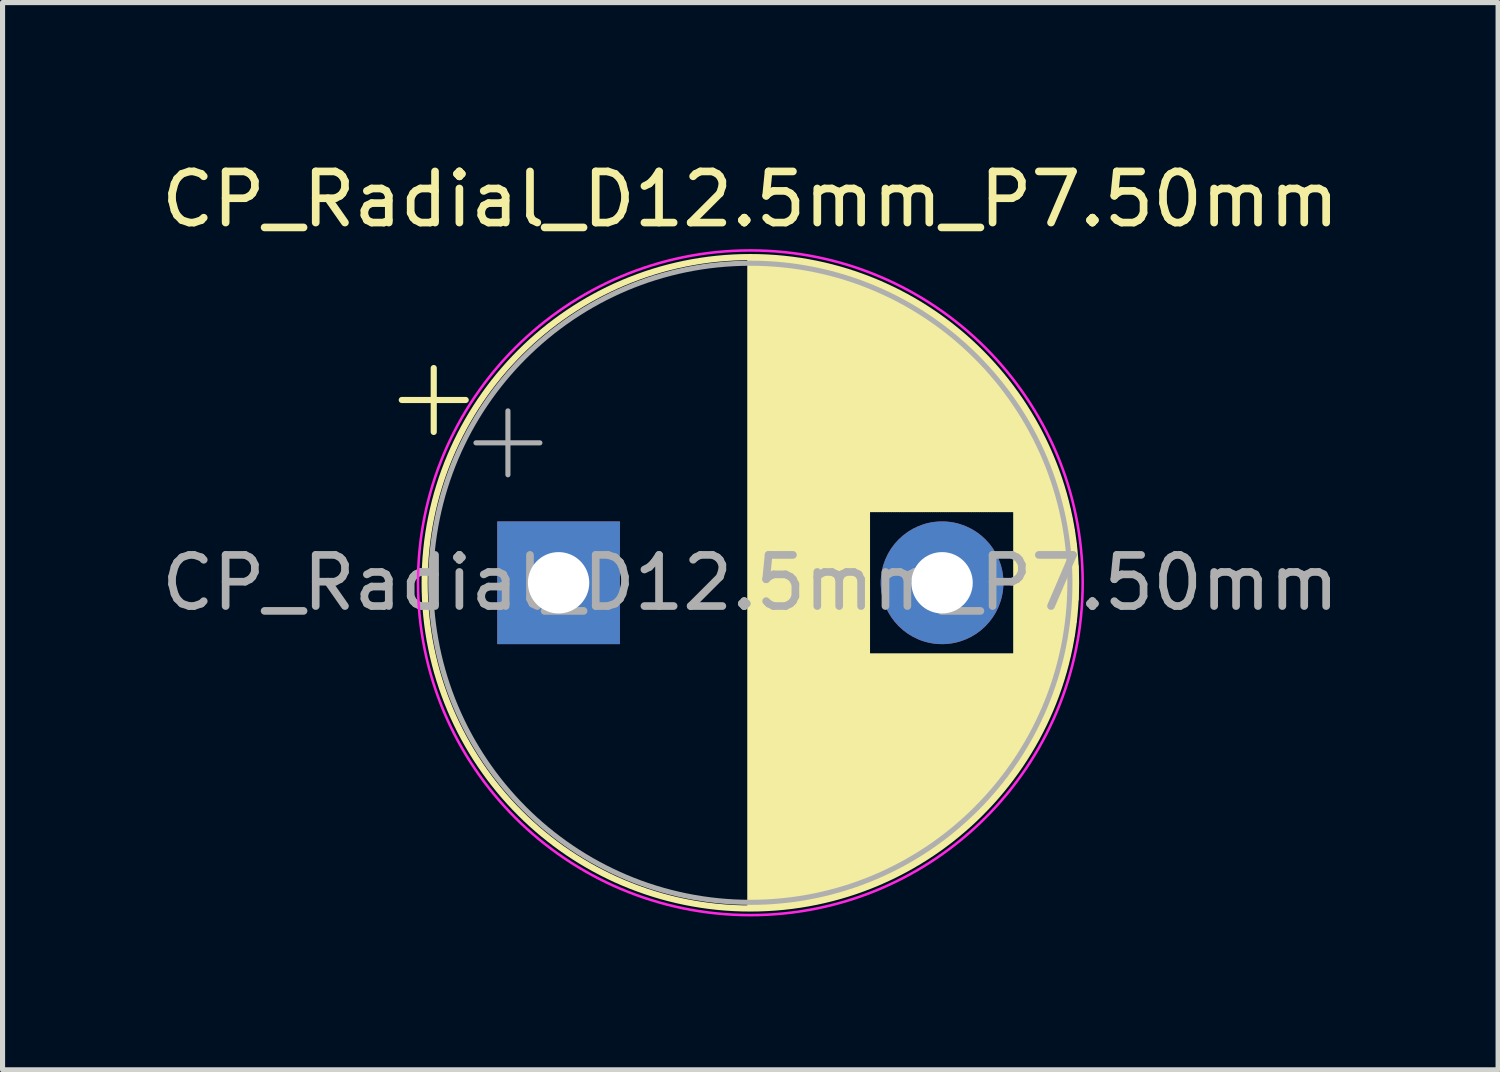
<source format=kicad_pcb>
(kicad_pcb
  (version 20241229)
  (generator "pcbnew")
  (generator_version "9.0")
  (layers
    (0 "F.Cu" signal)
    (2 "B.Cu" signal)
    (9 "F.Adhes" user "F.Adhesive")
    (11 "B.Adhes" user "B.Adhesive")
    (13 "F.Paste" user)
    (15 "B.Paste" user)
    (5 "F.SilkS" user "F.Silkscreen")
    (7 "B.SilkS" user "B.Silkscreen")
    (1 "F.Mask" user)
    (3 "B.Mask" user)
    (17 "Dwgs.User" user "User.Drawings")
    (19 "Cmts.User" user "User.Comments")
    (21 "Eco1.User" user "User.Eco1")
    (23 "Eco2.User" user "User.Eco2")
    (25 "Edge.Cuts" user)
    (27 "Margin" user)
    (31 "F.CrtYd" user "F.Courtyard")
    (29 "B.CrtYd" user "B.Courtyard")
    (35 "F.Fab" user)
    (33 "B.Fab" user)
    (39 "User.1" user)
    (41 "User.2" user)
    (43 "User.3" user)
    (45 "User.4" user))
  (footprint "CP_Radial_D12.5mm_P7.50mm"
    (layer "F.Cu")
    (at 7.875 8.348)
    (property "Reference" "CP_Radial_D12.5mm_P7.50mm" (at 3.75 -7.5 0) (layer "F.SilkS") (effects (font (size 1 1) (thickness 0.15))))
    (attr through_hole)
    (fp_line (start -3.067 -3.575) (end -1.817 -3.575) (stroke (width 0.12) (type solid)) (layer "F.SilkS"))
    (fp_line (start -2.442 -4.2) (end -2.442 -2.95) (stroke (width 0.12) (type solid)) (layer "F.SilkS"))
    (fp_line (start 3.75 -6.33) (end 3.75 6.33) (stroke (width 0.12) (type solid)) (layer "F.SilkS"))
    (fp_line (start 3.79 -6.33) (end 3.79 6.33) (stroke (width 0.12) (type solid)) (layer "F.SilkS"))
    (fp_line (start 3.83 -6.33) (end 3.83 6.33) (stroke (width 0.12) (type solid)) (layer "F.SilkS"))
    (fp_line (start 3.87 -6.329) (end 3.87 6.329) (stroke (width 0.12) (type solid)) (layer "F.SilkS"))
    (fp_line (start 3.91 -6.328) (end 3.91 6.328) (stroke (width 0.12) (type solid)) (layer "F.SilkS"))
    (fp_line (start 3.95 -6.327) (end 3.95 6.327) (stroke (width 0.12) (type solid)) (layer "F.SilkS"))
    (fp_line (start 3.99 -6.326) (end 3.99 6.326) (stroke (width 0.12) (type solid)) (layer "F.SilkS"))
    (fp_line (start 4.03 -6.324) (end 4.03 6.324) (stroke (width 0.12) (type solid)) (layer "F.SilkS"))
    (fp_line (start 4.07 -6.322) (end 4.07 6.322) (stroke (width 0.12) (type solid)) (layer "F.SilkS"))
    (fp_line (start 4.11 -6.32) (end 4.11 6.32) (stroke (width 0.12) (type solid)) (layer "F.SilkS"))
    (fp_line (start 4.15 -6.318) (end 4.15 6.318) (stroke (width 0.12) (type solid)) (layer "F.SilkS"))
    (fp_line (start 4.19 -6.315) (end 4.19 6.315) (stroke (width 0.12) (type solid)) (layer "F.SilkS"))
    (fp_line (start 4.23 -6.312) (end 4.23 6.312) (stroke (width 0.12) (type solid)) (layer "F.SilkS"))
    (fp_line (start 4.27 -6.309) (end 4.27 6.309) (stroke (width 0.12) (type solid)) (layer "F.SilkS"))
    (fp_line (start 4.31 -6.306) (end 4.31 6.306) (stroke (width 0.12) (type solid)) (layer "F.SilkS"))
    (fp_line (start 4.35 -6.302) (end 4.35 6.302) (stroke (width 0.12) (type solid)) (layer "F.SilkS"))
    (fp_line (start 4.39 -6.298) (end 4.39 6.298) (stroke (width 0.12) (type solid)) (layer "F.SilkS"))
    (fp_line (start 4.43 -6.294) (end 4.43 6.294) (stroke (width 0.12) (type solid)) (layer "F.SilkS"))
    (fp_line (start 4.471 -6.29) (end 4.471 6.29) (stroke (width 0.12) (type solid)) (layer "F.SilkS"))
    (fp_line (start 4.511 -6.285) (end 4.511 6.285) (stroke (width 0.12) (type solid)) (layer "F.SilkS"))
    (fp_line (start 4.551 -6.28) (end 4.551 6.28) (stroke (width 0.12) (type solid)) (layer "F.SilkS"))
    (fp_line (start 4.591 -6.275) (end 4.591 6.275) (stroke (width 0.12) (type solid)) (layer "F.SilkS"))
    (fp_line (start 4.631 -6.269) (end 4.631 6.269) (stroke (width 0.12) (type solid)) (layer "F.SilkS"))
    (fp_line (start 4.671 -6.264) (end 4.671 6.264) (stroke (width 0.12) (type solid)) (layer "F.SilkS"))
    (fp_line (start 4.711 -6.258) (end 4.711 6.258) (stroke (width 0.12) (type solid)) (layer "F.SilkS"))
    (fp_line (start 4.751 -6.252) (end 4.751 6.252) (stroke (width 0.12) (type solid)) (layer "F.SilkS"))
    (fp_line (start 4.791 -6.245) (end 4.791 6.245) (stroke (width 0.12) (type solid)) (layer "F.SilkS"))
    (fp_line (start 4.831 -6.238) (end 4.831 6.238) (stroke (width 0.12) (type solid)) (layer "F.SilkS"))
    (fp_line (start 4.871 -6.231) (end 4.871 6.231) (stroke (width 0.12) (type solid)) (layer "F.SilkS"))
    (fp_line (start 4.911 -6.224) (end 4.911 6.224) (stroke (width 0.12) (type solid)) (layer "F.SilkS"))
    (fp_line (start 4.951 -6.216) (end 4.951 6.216) (stroke (width 0.12) (type solid)) (layer "F.SilkS"))
    (fp_line (start 4.991 -6.209) (end 4.991 6.209) (stroke (width 0.12) (type solid)) (layer "F.SilkS"))
    (fp_line (start 5.031 -6.201) (end 5.031 6.201) (stroke (width 0.12) (type solid)) (layer "F.SilkS"))
    (fp_line (start 5.071 -6.192) (end 5.071 6.192) (stroke (width 0.12) (type solid)) (layer "F.SilkS"))
    (fp_line (start 5.111 -6.184) (end 5.111 6.184) (stroke (width 0.12) (type solid)) (layer "F.SilkS"))
    (fp_line (start 5.151 -6.175) (end 5.151 6.175) (stroke (width 0.12) (type solid)) (layer "F.SilkS"))
    (fp_line (start 5.191 -6.166) (end 5.191 6.166) (stroke (width 0.12) (type solid)) (layer "F.SilkS"))
    (fp_line (start 5.231 -6.156) (end 5.231 6.156) (stroke (width 0.12) (type solid)) (layer "F.SilkS"))
    (fp_line (start 5.271 -6.146) (end 5.271 6.146) (stroke (width 0.12) (type solid)) (layer "F.SilkS"))
    (fp_line (start 5.311 -6.137) (end 5.311 6.137) (stroke (width 0.12) (type solid)) (layer "F.SilkS"))
    (fp_line (start 5.351 -6.126) (end 5.351 6.126) (stroke (width 0.12) (type solid)) (layer "F.SilkS"))
    (fp_line (start 5.391 -6.116) (end 5.391 6.116) (stroke (width 0.12) (type solid)) (layer "F.SilkS"))
    (fp_line (start 5.431 -6.105) (end 5.431 6.105) (stroke (width 0.12) (type solid)) (layer "F.SilkS"))
    (fp_line (start 5.471 -6.094) (end 5.471 6.094) (stroke (width 0.12) (type solid)) (layer "F.SilkS"))
    (fp_line (start 5.511 -6.083) (end 5.511 6.083) (stroke (width 0.12) (type solid)) (layer "F.SilkS"))
    (fp_line (start 5.551 -6.071) (end 5.551 6.071) (stroke (width 0.12) (type solid)) (layer "F.SilkS"))
    (fp_line (start 5.591 -6.059) (end 5.591 6.059) (stroke (width 0.12) (type solid)) (layer "F.SilkS"))
    (fp_line (start 5.631 -6.047) (end 5.631 6.047) (stroke (width 0.12) (type solid)) (layer "F.SilkS"))
    (fp_line (start 5.671 -6.034) (end 5.671 6.034) (stroke (width 0.12) (type solid)) (layer "F.SilkS"))
    (fp_line (start 5.711 -6.021) (end 5.711 6.021) (stroke (width 0.12) (type solid)) (layer "F.SilkS"))
    (fp_line (start 5.751 -6.008) (end 5.751 6.008) (stroke (width 0.12) (type solid)) (layer "F.SilkS"))
    (fp_line (start 5.791 -5.995) (end 5.791 5.995) (stroke (width 0.12) (type solid)) (layer "F.SilkS"))
    (fp_line (start 5.831 -5.981) (end 5.831 5.981) (stroke (width 0.12) (type solid)) (layer "F.SilkS"))
    (fp_line (start 5.871 -5.967) (end 5.871 5.967) (stroke (width 0.12) (type solid)) (layer "F.SilkS"))
    (fp_line (start 5.911 -5.953) (end 5.911 5.953) (stroke (width 0.12) (type solid)) (layer "F.SilkS"))
    (fp_line (start 5.951 -5.939) (end 5.951 5.939) (stroke (width 0.12) (type solid)) (layer "F.SilkS"))
    (fp_line (start 5.991 -5.924) (end 5.991 5.924) (stroke (width 0.12) (type solid)) (layer "F.SilkS"))
    (fp_line (start 6.031 -5.908) (end 6.031 5.908) (stroke (width 0.12) (type solid)) (layer "F.SilkS"))
    (fp_line (start 6.071 -5.893) (end 6.071 -1.44) (stroke (width 0.12) (type solid)) (layer "F.SilkS"))
    (fp_line (start 6.071 1.44) (end 6.071 5.893) (stroke (width 0.12) (type solid)) (layer "F.SilkS"))
    (fp_line (start 6.111 -5.877) (end 6.111 -1.44) (stroke (width 0.12) (type solid)) (layer "F.SilkS"))
    (fp_line (start 6.111 1.44) (end 6.111 5.877) (stroke (width 0.12) (type solid)) (layer "F.SilkS"))
    (fp_line (start 6.151 -5.861) (end 6.151 -1.44) (stroke (width 0.12) (type solid)) (layer "F.SilkS"))
    (fp_line (start 6.151 1.44) (end 6.151 5.861) (stroke (width 0.12) (type solid)) (layer "F.SilkS"))
    (fp_line (start 6.191 -5.845) (end 6.191 -1.44) (stroke (width 0.12) (type solid)) (layer "F.SilkS"))
    (fp_line (start 6.191 1.44) (end 6.191 5.845) (stroke (width 0.12) (type solid)) (layer "F.SilkS"))
    (fp_line (start 6.231 -5.828) (end 6.231 -1.44) (stroke (width 0.12) (type solid)) (layer "F.SilkS"))
    (fp_line (start 6.231 1.44) (end 6.231 5.828) (stroke (width 0.12) (type solid)) (layer "F.SilkS"))
    (fp_line (start 6.271 -5.811) (end 6.271 -1.44) (stroke (width 0.12) (type solid)) (layer "F.SilkS"))
    (fp_line (start 6.271 1.44) (end 6.271 5.811) (stroke (width 0.12) (type solid)) (layer "F.SilkS"))
    (fp_line (start 6.311 -5.793) (end 6.311 -1.44) (stroke (width 0.12) (type solid)) (layer "F.SilkS"))
    (fp_line (start 6.311 1.44) (end 6.311 5.793) (stroke (width 0.12) (type solid)) (layer "F.SilkS"))
    (fp_line (start 6.351 -5.776) (end 6.351 -1.44) (stroke (width 0.12) (type solid)) (layer "F.SilkS"))
    (fp_line (start 6.351 1.44) (end 6.351 5.776) (stroke (width 0.12) (type solid)) (layer "F.SilkS"))
    (fp_line (start 6.391 -5.758) (end 6.391 -1.44) (stroke (width 0.12) (type solid)) (layer "F.SilkS"))
    (fp_line (start 6.391 1.44) (end 6.391 5.758) (stroke (width 0.12) (type solid)) (layer "F.SilkS"))
    (fp_line (start 6.431 -5.739) (end 6.431 -1.44) (stroke (width 0.12) (type solid)) (layer "F.SilkS"))
    (fp_line (start 6.431 1.44) (end 6.431 5.739) (stroke (width 0.12) (type solid)) (layer "F.SilkS"))
    (fp_line (start 6.471 -5.721) (end 6.471 -1.44) (stroke (width 0.12) (type solid)) (layer "F.SilkS"))
    (fp_line (start 6.471 1.44) (end 6.471 5.721) (stroke (width 0.12) (type solid)) (layer "F.SilkS"))
    (fp_line (start 6.511 -5.702) (end 6.511 -1.44) (stroke (width 0.12) (type solid)) (layer "F.SilkS"))
    (fp_line (start 6.511 1.44) (end 6.511 5.702) (stroke (width 0.12) (type solid)) (layer "F.SilkS"))
    (fp_line (start 6.551 -5.682) (end 6.551 -1.44) (stroke (width 0.12) (type solid)) (layer "F.SilkS"))
    (fp_line (start 6.551 1.44) (end 6.551 5.682) (stroke (width 0.12) (type solid)) (layer "F.SilkS"))
    (fp_line (start 6.591 -5.662) (end 6.591 -1.44) (stroke (width 0.12) (type solid)) (layer "F.SilkS"))
    (fp_line (start 6.591 1.44) (end 6.591 5.662) (stroke (width 0.12) (type solid)) (layer "F.SilkS"))
    (fp_line (start 6.631 -5.642) (end 6.631 -1.44) (stroke (width 0.12) (type solid)) (layer "F.SilkS"))
    (fp_line (start 6.631 1.44) (end 6.631 5.642) (stroke (width 0.12) (type solid)) (layer "F.SilkS"))
    (fp_line (start 6.671 -5.622) (end 6.671 -1.44) (stroke (width 0.12) (type solid)) (layer "F.SilkS"))
    (fp_line (start 6.671 1.44) (end 6.671 5.622) (stroke (width 0.12) (type solid)) (layer "F.SilkS"))
    (fp_line (start 6.711 -5.601) (end 6.711 -1.44) (stroke (width 0.12) (type solid)) (layer "F.SilkS"))
    (fp_line (start 6.711 1.44) (end 6.711 5.601) (stroke (width 0.12) (type solid)) (layer "F.SilkS"))
    (fp_line (start 6.751 -5.58) (end 6.751 -1.44) (stroke (width 0.12) (type solid)) (layer "F.SilkS"))
    (fp_line (start 6.751 1.44) (end 6.751 5.58) (stroke (width 0.12) (type solid)) (layer "F.SilkS"))
    (fp_line (start 6.791 -5.558) (end 6.791 -1.44) (stroke (width 0.12) (type solid)) (layer "F.SilkS"))
    (fp_line (start 6.791 1.44) (end 6.791 5.558) (stroke (width 0.12) (type solid)) (layer "F.SilkS"))
    (fp_line (start 6.831 -5.536) (end 6.831 -1.44) (stroke (width 0.12) (type solid)) (layer "F.SilkS"))
    (fp_line (start 6.831 1.44) (end 6.831 5.536) (stroke (width 0.12) (type solid)) (layer "F.SilkS"))
    (fp_line (start 6.871 -5.514) (end 6.871 -1.44) (stroke (width 0.12) (type solid)) (layer "F.SilkS"))
    (fp_line (start 6.871 1.44) (end 6.871 5.514) (stroke (width 0.12) (type solid)) (layer "F.SilkS"))
    (fp_line (start 6.911 -5.491) (end 6.911 -1.44) (stroke (width 0.12) (type solid)) (layer "F.SilkS"))
    (fp_line (start 6.911 1.44) (end 6.911 5.491) (stroke (width 0.12) (type solid)) (layer "F.SilkS"))
    (fp_line (start 6.951 -5.468) (end 6.951 -1.44) (stroke (width 0.12) (type solid)) (layer "F.SilkS"))
    (fp_line (start 6.951 1.44) (end 6.951 5.468) (stroke (width 0.12) (type solid)) (layer "F.SilkS"))
    (fp_line (start 6.991 -5.445) (end 6.991 -1.44) (stroke (width 0.12) (type solid)) (layer "F.SilkS"))
    (fp_line (start 6.991 1.44) (end 6.991 5.445) (stroke (width 0.12) (type solid)) (layer "F.SilkS"))
    (fp_line (start 7.031 -5.421) (end 7.031 -1.44) (stroke (width 0.12) (type solid)) (layer "F.SilkS"))
    (fp_line (start 7.031 1.44) (end 7.031 5.421) (stroke (width 0.12) (type solid)) (layer "F.SilkS"))
    (fp_line (start 7.071 -5.397) (end 7.071 -1.44) (stroke (width 0.12) (type solid)) (layer "F.SilkS"))
    (fp_line (start 7.071 1.44) (end 7.071 5.397) (stroke (width 0.12) (type solid)) (layer "F.SilkS"))
    (fp_line (start 7.111 -5.372) (end 7.111 -1.44) (stroke (width 0.12) (type solid)) (layer "F.SilkS"))
    (fp_line (start 7.111 1.44) (end 7.111 5.372) (stroke (width 0.12) (type solid)) (layer "F.SilkS"))
    (fp_line (start 7.151 -5.347) (end 7.151 -1.44) (stroke (width 0.12) (type solid)) (layer "F.SilkS"))
    (fp_line (start 7.151 1.44) (end 7.151 5.347) (stroke (width 0.12) (type solid)) (layer "F.SilkS"))
    (fp_line (start 7.191 -5.322) (end 7.191 -1.44) (stroke (width 0.12) (type solid)) (layer "F.SilkS"))
    (fp_line (start 7.191 1.44) (end 7.191 5.322) (stroke (width 0.12) (type solid)) (layer "F.SilkS"))
    (fp_line (start 7.231 -5.296) (end 7.231 -1.44) (stroke (width 0.12) (type solid)) (layer "F.SilkS"))
    (fp_line (start 7.231 1.44) (end 7.231 5.296) (stroke (width 0.12) (type solid)) (layer "F.SilkS"))
    (fp_line (start 7.271 -5.27) (end 7.271 -1.44) (stroke (width 0.12) (type solid)) (layer "F.SilkS"))
    (fp_line (start 7.271 1.44) (end 7.271 5.27) (stroke (width 0.12) (type solid)) (layer "F.SilkS"))
    (fp_line (start 7.311 -5.243) (end 7.311 -1.44) (stroke (width 0.12) (type solid)) (layer "F.SilkS"))
    (fp_line (start 7.311 1.44) (end 7.311 5.243) (stroke (width 0.12) (type solid)) (layer "F.SilkS"))
    (fp_line (start 7.351 -5.216) (end 7.351 -1.44) (stroke (width 0.12) (type solid)) (layer "F.SilkS"))
    (fp_line (start 7.351 1.44) (end 7.351 5.216) (stroke (width 0.12) (type solid)) (layer "F.SilkS"))
    (fp_line (start 7.391 -5.188) (end 7.391 -1.44) (stroke (width 0.12) (type solid)) (layer "F.SilkS"))
    (fp_line (start 7.391 1.44) (end 7.391 5.188) (stroke (width 0.12) (type solid)) (layer "F.SilkS"))
    (fp_line (start 7.431 -5.16) (end 7.431 -1.44) (stroke (width 0.12) (type solid)) (layer "F.SilkS"))
    (fp_line (start 7.431 1.44) (end 7.431 5.16) (stroke (width 0.12) (type solid)) (layer "F.SilkS"))
    (fp_line (start 7.471 -5.131) (end 7.471 -1.44) (stroke (width 0.12) (type solid)) (layer "F.SilkS"))
    (fp_line (start 7.471 1.44) (end 7.471 5.131) (stroke (width 0.12) (type solid)) (layer "F.SilkS"))
    (fp_line (start 7.511 -5.102) (end 7.511 -1.44) (stroke (width 0.12) (type solid)) (layer "F.SilkS"))
    (fp_line (start 7.511 1.44) (end 7.511 5.102) (stroke (width 0.12) (type solid)) (layer "F.SilkS"))
    (fp_line (start 7.551 -5.073) (end 7.551 -1.44) (stroke (width 0.12) (type solid)) (layer "F.SilkS"))
    (fp_line (start 7.551 1.44) (end 7.551 5.073) (stroke (width 0.12) (type solid)) (layer "F.SilkS"))
    (fp_line (start 7.591 -5.043) (end 7.591 -1.44) (stroke (width 0.12) (type solid)) (layer "F.SilkS"))
    (fp_line (start 7.591 1.44) (end 7.591 5.043) (stroke (width 0.12) (type solid)) (layer "F.SilkS"))
    (fp_line (start 7.631 -5.012) (end 7.631 -1.44) (stroke (width 0.12) (type solid)) (layer "F.SilkS"))
    (fp_line (start 7.631 1.44) (end 7.631 5.012) (stroke (width 0.12) (type solid)) (layer "F.SilkS"))
    (fp_line (start 7.671 -4.982) (end 7.671 -1.44) (stroke (width 0.12) (type solid)) (layer "F.SilkS"))
    (fp_line (start 7.671 1.44) (end 7.671 4.982) (stroke (width 0.12) (type solid)) (layer "F.SilkS"))
    (fp_line (start 7.711 -4.95) (end 7.711 -1.44) (stroke (width 0.12) (type solid)) (layer "F.SilkS"))
    (fp_line (start 7.711 1.44) (end 7.711 4.95) (stroke (width 0.12) (type solid)) (layer "F.SilkS"))
    (fp_line (start 7.751 -4.918) (end 7.751 -1.44) (stroke (width 0.12) (type solid)) (layer "F.SilkS"))
    (fp_line (start 7.751 1.44) (end 7.751 4.918) (stroke (width 0.12) (type solid)) (layer "F.SilkS"))
    (fp_line (start 7.791 -4.885) (end 7.791 -1.44) (stroke (width 0.12) (type solid)) (layer "F.SilkS"))
    (fp_line (start 7.791 1.44) (end 7.791 4.885) (stroke (width 0.12) (type solid)) (layer "F.SilkS"))
    (fp_line (start 7.831 -4.852) (end 7.831 -1.44) (stroke (width 0.12) (type solid)) (layer "F.SilkS"))
    (fp_line (start 7.831 1.44) (end 7.831 4.852) (stroke (width 0.12) (type solid)) (layer "F.SilkS"))
    (fp_line (start 7.871 -4.819) (end 7.871 -1.44) (stroke (width 0.12) (type solid)) (layer "F.SilkS"))
    (fp_line (start 7.871 1.44) (end 7.871 4.819) (stroke (width 0.12) (type solid)) (layer "F.SilkS"))
    (fp_line (start 7.911 -4.785) (end 7.911 -1.44) (stroke (width 0.12) (type solid)) (layer "F.SilkS"))
    (fp_line (start 7.911 1.44) (end 7.911 4.785) (stroke (width 0.12) (type solid)) (layer "F.SilkS"))
    (fp_line (start 7.951 -4.75) (end 7.951 -1.44) (stroke (width 0.12) (type solid)) (layer "F.SilkS"))
    (fp_line (start 7.951 1.44) (end 7.951 4.75) (stroke (width 0.12) (type solid)) (layer "F.SilkS"))
    (fp_line (start 7.991 -4.714) (end 7.991 -1.44) (stroke (width 0.12) (type solid)) (layer "F.SilkS"))
    (fp_line (start 7.991 1.44) (end 7.991 4.714) (stroke (width 0.12) (type solid)) (layer "F.SilkS"))
    (fp_line (start 8.031 -4.678) (end 8.031 -1.44) (stroke (width 0.12) (type solid)) (layer "F.SilkS"))
    (fp_line (start 8.031 1.44) (end 8.031 4.678) (stroke (width 0.12) (type solid)) (layer "F.SilkS"))
    (fp_line (start 8.071 -4.642) (end 8.071 -1.44) (stroke (width 0.12) (type solid)) (layer "F.SilkS"))
    (fp_line (start 8.071 1.44) (end 8.071 4.642) (stroke (width 0.12) (type solid)) (layer "F.SilkS"))
    (fp_line (start 8.111 -4.605) (end 8.111 -1.44) (stroke (width 0.12) (type solid)) (layer "F.SilkS"))
    (fp_line (start 8.111 1.44) (end 8.111 4.605) (stroke (width 0.12) (type solid)) (layer "F.SilkS"))
    (fp_line (start 8.151 -4.567) (end 8.151 -1.44) (stroke (width 0.12) (type solid)) (layer "F.SilkS"))
    (fp_line (start 8.151 1.44) (end 8.151 4.567) (stroke (width 0.12) (type solid)) (layer "F.SilkS"))
    (fp_line (start 8.191 -4.528) (end 8.191 -1.44) (stroke (width 0.12) (type solid)) (layer "F.SilkS"))
    (fp_line (start 8.191 1.44) (end 8.191 4.528) (stroke (width 0.12) (type solid)) (layer "F.SilkS"))
    (fp_line (start 8.231 -4.489) (end 8.231 -1.44) (stroke (width 0.12) (type solid)) (layer "F.SilkS"))
    (fp_line (start 8.231 1.44) (end 8.231 4.489) (stroke (width 0.12) (type solid)) (layer "F.SilkS"))
    (fp_line (start 8.271 -4.449) (end 8.271 -1.44) (stroke (width 0.12) (type solid)) (layer "F.SilkS"))
    (fp_line (start 8.271 1.44) (end 8.271 4.449) (stroke (width 0.12) (type solid)) (layer "F.SilkS"))
    (fp_line (start 8.311 -4.408) (end 8.311 -1.44) (stroke (width 0.12) (type solid)) (layer "F.SilkS"))
    (fp_line (start 8.311 1.44) (end 8.311 4.408) (stroke (width 0.12) (type solid)) (layer "F.SilkS"))
    (fp_line (start 8.351 -4.367) (end 8.351 -1.44) (stroke (width 0.12) (type solid)) (layer "F.SilkS"))
    (fp_line (start 8.351 1.44) (end 8.351 4.367) (stroke (width 0.12) (type solid)) (layer "F.SilkS"))
    (fp_line (start 8.391 -4.325) (end 8.391 -1.44) (stroke (width 0.12) (type solid)) (layer "F.SilkS"))
    (fp_line (start 8.391 1.44) (end 8.391 4.325) (stroke (width 0.12) (type solid)) (layer "F.SilkS"))
    (fp_line (start 8.431 -4.282) (end 8.431 -1.44) (stroke (width 0.12) (type solid)) (layer "F.SilkS"))
    (fp_line (start 8.431 1.44) (end 8.431 4.282) (stroke (width 0.12) (type solid)) (layer "F.SilkS"))
    (fp_line (start 8.471 -4.238) (end 8.471 -1.44) (stroke (width 0.12) (type solid)) (layer "F.SilkS"))
    (fp_line (start 8.471 1.44) (end 8.471 4.238) (stroke (width 0.12) (type solid)) (layer "F.SilkS"))
    (fp_line (start 8.511 -4.194) (end 8.511 -1.44) (stroke (width 0.12) (type solid)) (layer "F.SilkS"))
    (fp_line (start 8.511 1.44) (end 8.511 4.194) (stroke (width 0.12) (type solid)) (layer "F.SilkS"))
    (fp_line (start 8.551 -4.148) (end 8.551 -1.44) (stroke (width 0.12) (type solid)) (layer "F.SilkS"))
    (fp_line (start 8.551 1.44) (end 8.551 4.148) (stroke (width 0.12) (type solid)) (layer "F.SilkS"))
    (fp_line (start 8.591 -4.102) (end 8.591 -1.44) (stroke (width 0.12) (type solid)) (layer "F.SilkS"))
    (fp_line (start 8.591 1.44) (end 8.591 4.102) (stroke (width 0.12) (type solid)) (layer "F.SilkS"))
    (fp_line (start 8.631 -4.055) (end 8.631 -1.44) (stroke (width 0.12) (type solid)) (layer "F.SilkS"))
    (fp_line (start 8.631 1.44) (end 8.631 4.055) (stroke (width 0.12) (type solid)) (layer "F.SilkS"))
    (fp_line (start 8.671 -4.007) (end 8.671 -1.44) (stroke (width 0.12) (type solid)) (layer "F.SilkS"))
    (fp_line (start 8.671 1.44) (end 8.671 4.007) (stroke (width 0.12) (type solid)) (layer "F.SilkS"))
    (fp_line (start 8.711 -3.957) (end 8.711 -1.44) (stroke (width 0.12) (type solid)) (layer "F.SilkS"))
    (fp_line (start 8.711 1.44) (end 8.711 3.957) (stroke (width 0.12) (type solid)) (layer "F.SilkS"))
    (fp_line (start 8.751 -3.907) (end 8.751 -1.44) (stroke (width 0.12) (type solid)) (layer "F.SilkS"))
    (fp_line (start 8.751 1.44) (end 8.751 3.907) (stroke (width 0.12) (type solid)) (layer "F.SilkS"))
    (fp_line (start 8.791 -3.856) (end 8.791 -1.44) (stroke (width 0.12) (type solid)) (layer "F.SilkS"))
    (fp_line (start 8.791 1.44) (end 8.791 3.856) (stroke (width 0.12) (type solid)) (layer "F.SilkS"))
    (fp_line (start 8.831 -3.804) (end 8.831 -1.44) (stroke (width 0.12) (type solid)) (layer "F.SilkS"))
    (fp_line (start 8.831 1.44) (end 8.831 3.804) (stroke (width 0.12) (type solid)) (layer "F.SilkS"))
    (fp_line (start 8.871 -3.75) (end 8.871 -1.44) (stroke (width 0.12) (type solid)) (layer "F.SilkS"))
    (fp_line (start 8.871 1.44) (end 8.871 3.75) (stroke (width 0.12) (type solid)) (layer "F.SilkS"))
    (fp_line (start 8.911 -3.696) (end 8.911 -1.44) (stroke (width 0.12) (type solid)) (layer "F.SilkS"))
    (fp_line (start 8.911 1.44) (end 8.911 3.696) (stroke (width 0.12) (type solid)) (layer "F.SilkS"))
    (fp_line (start 8.951 -3.64) (end 8.951 3.64) (stroke (width 0.12) (type solid)) (layer "F.SilkS"))
    (fp_line (start 8.991 -3.583) (end 8.991 3.583) (stroke (width 0.12) (type solid)) (layer "F.SilkS"))
    (fp_line (start 9.031 -3.524) (end 9.031 3.524) (stroke (width 0.12) (type solid)) (layer "F.SilkS"))
    (fp_line (start 9.071 -3.464) (end 9.071 3.464) (stroke (width 0.12) (type solid)) (layer "F.SilkS"))
    (fp_line (start 9.111 -3.402) (end 9.111 3.402) (stroke (width 0.12) (type solid)) (layer "F.SilkS"))
    (fp_line (start 9.151 -3.339) (end 9.151 3.339) (stroke (width 0.12) (type solid)) (layer "F.SilkS"))
    (fp_line (start 9.191 -3.275) (end 9.191 3.275) (stroke (width 0.12) (type solid)) (layer "F.SilkS"))
    (fp_line (start 9.231 -3.208) (end 9.231 3.208) (stroke (width 0.12) (type solid)) (layer "F.SilkS"))
    (fp_line (start 9.271 -3.14) (end 9.271 3.14) (stroke (width 0.12) (type solid)) (layer "F.SilkS"))
    (fp_line (start 9.311 -3.069) (end 9.311 3.069) (stroke (width 0.12) (type solid)) (layer "F.SilkS"))
    (fp_line (start 9.351 -2.996) (end 9.351 2.996) (stroke (width 0.12) (type solid)) (layer "F.SilkS"))
    (fp_line (start 9.391 -2.921) (end 9.391 2.921) (stroke (width 0.12) (type solid)) (layer "F.SilkS"))
    (fp_line (start 9.431 -2.844) (end 9.431 2.844) (stroke (width 0.12) (type solid)) (layer "F.SilkS"))
    (fp_line (start 9.471 -2.764) (end 9.471 2.764) (stroke (width 0.12) (type solid)) (layer "F.SilkS"))
    (fp_line (start 9.511 -2.681) (end 9.511 2.681) (stroke (width 0.12) (type solid)) (layer "F.SilkS"))
    (fp_line (start 9.551 -2.594) (end 9.551 2.594) (stroke (width 0.12) (type solid)) (layer "F.SilkS"))
    (fp_line (start 9.591 -2.504) (end 9.591 2.504) (stroke (width 0.12) (type solid)) (layer "F.SilkS"))
    (fp_line (start 9.631 -2.41) (end 9.631 2.41) (stroke (width 0.12) (type solid)) (layer "F.SilkS"))
    (fp_line (start 9.671 -2.312) (end 9.671 2.312) (stroke (width 0.12) (type solid)) (layer "F.SilkS"))
    (fp_line (start 9.711 -2.209) (end 9.711 2.209) (stroke (width 0.12) (type solid)) (layer "F.SilkS"))
    (fp_line (start 9.751 -2.1) (end 9.751 2.1) (stroke (width 0.12) (type solid)) (layer "F.SilkS"))
    (fp_line (start 9.791 -1.984) (end 9.791 1.984) (stroke (width 0.12) (type solid)) (layer "F.SilkS"))
    (fp_line (start 9.831 -1.861) (end 9.831 1.861) (stroke (width 0.12) (type solid)) (layer "F.SilkS"))
    (fp_line (start 9.871 -1.728) (end 9.871 1.728) (stroke (width 0.12) (type solid)) (layer "F.SilkS"))
    (fp_line (start 9.911 -1.583) (end 9.911 1.583) (stroke (width 0.12) (type solid)) (layer "F.SilkS"))
    (fp_line (start 9.951 -1.422) (end 9.951 1.422) (stroke (width 0.12) (type solid)) (layer "F.SilkS"))
    (fp_line (start 9.991 -1.241) (end 9.991 1.241) (stroke (width 0.12) (type solid)) (layer "F.SilkS"))
    (fp_line (start 10.031 -1.028) (end 10.031 1.028) (stroke (width 0.12) (type solid)) (layer "F.SilkS"))
    (fp_line (start 10.071 -0.757) (end 10.071 0.757) (stroke (width 0.12) (type solid)) (layer "F.SilkS"))
    (fp_line (start 10.111 -0.317) (end 10.111 0.317) (stroke (width 0.12) (type solid)) (layer "F.SilkS"))
    (fp_circle (center 3.75 0) (end 10.12 0) (stroke (width 0.12) (type solid)) (fill no) (layer "F.SilkS"))
    (fp_circle (center 3.75 0) (end 10.25 0) (stroke (width 0.05) (type solid)) (fill no) (layer "F.CrtYd"))
    (fp_line (start -1.616 -2.737) (end -0.366 -2.737) (stroke (width 0.1) (type solid)) (layer "F.Fab"))
    (fp_line (start -0.991 -3.362) (end -0.991 -2.112) (stroke (width 0.1) (type solid)) (layer "F.Fab"))
    (fp_circle (center 3.75 0) (end 10 0) (stroke (width 0.1) (type solid)) (fill no) (layer "F.Fab"))
    (fp_text user "${REFERENCE}" (at 3.75 0 0) (layer "F.Fab") (effects (font (size 1 1) (thickness 0.15))))
    (pad "1" thru_hole rect (at 0 0) (size 2.4 2.4) (drill 1.2) (layers "*.Cu" "*.Mask"))
    (pad "2" thru_hole circle (at 7.5 0) (size 2.4 2.4) (drill 1.2) (layers "*.Cu" "*.Mask")))
  (gr_rect
    (start -3 -3)
    (end 26.25 17.873)
    (stroke (width 0.1) (type default))
    (fill no)
    (layer "Edge.Cuts")))
</source>
